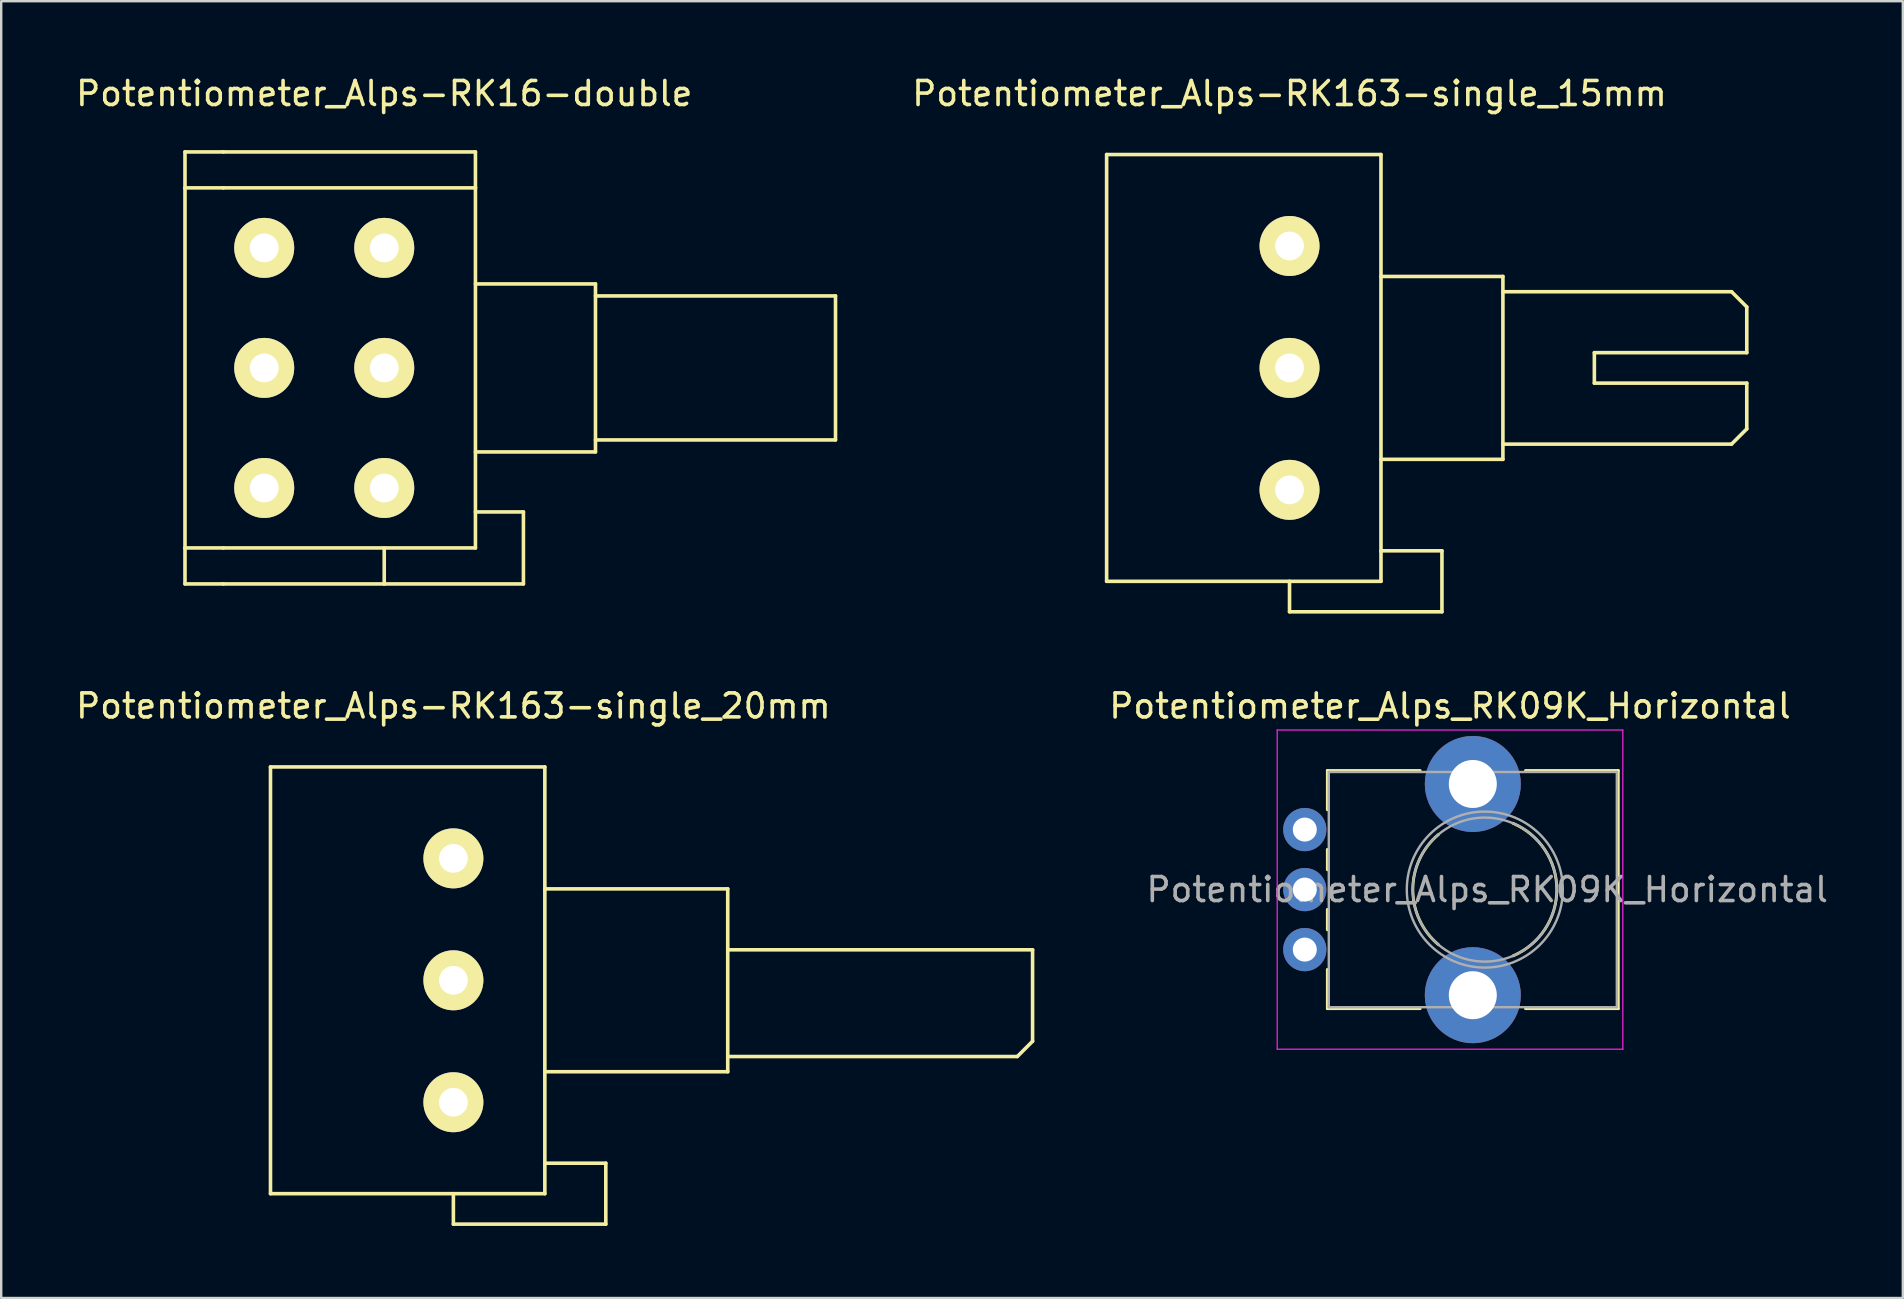
<source format=kicad_pcb>
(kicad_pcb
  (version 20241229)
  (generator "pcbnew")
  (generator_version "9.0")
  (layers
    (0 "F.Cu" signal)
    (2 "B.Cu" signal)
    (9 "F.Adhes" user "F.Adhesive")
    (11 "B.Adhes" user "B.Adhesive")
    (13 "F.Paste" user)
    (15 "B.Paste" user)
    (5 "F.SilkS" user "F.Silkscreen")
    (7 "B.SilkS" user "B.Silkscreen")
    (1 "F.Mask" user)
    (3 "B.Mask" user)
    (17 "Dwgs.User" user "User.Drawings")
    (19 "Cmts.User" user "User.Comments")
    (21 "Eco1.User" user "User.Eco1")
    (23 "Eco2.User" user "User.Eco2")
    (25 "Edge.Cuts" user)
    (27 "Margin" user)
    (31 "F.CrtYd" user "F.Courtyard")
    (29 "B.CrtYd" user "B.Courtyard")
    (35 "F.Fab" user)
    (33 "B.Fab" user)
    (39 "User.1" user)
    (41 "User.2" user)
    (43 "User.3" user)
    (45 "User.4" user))
  (footprint "Potentiometer_Alps-RK16-double"
    (layer "F.Cu")
    (at 12.958 7.277)
    (property "Reference" "Potentiometer_Alps-RK16-double" (at 0 -6.429 0) (layer "F.SilkS") (effects (font (size 1 1) (thickness 0.15))))
    (attr through_hole)
    (fp_line (start -8.301 -3.998) (end -8.301 -2.499) (stroke (width 0.15) (type solid)) (layer "F.SilkS"))
    (fp_line (start -8.301 -2.499) (end -8.301 12.502) (stroke (width 0.15) (type solid)) (layer "F.SilkS"))
    (fp_line (start -8.301 12.502) (end -6.701 12.502) (stroke (width 0.15) (type solid)) (layer "F.SilkS"))
    (fp_line (start -8.301 14) (end -8.301 12.502) (stroke (width 0.15) (type solid)) (layer "F.SilkS"))
    (fp_line (start -6.701 -3.998) (end -8.301 -3.998) (stroke (width 0.15) (type solid)) (layer "F.SilkS"))
    (fp_line (start -6.701 -2.499) (end -8.301 -2.499) (stroke (width 0.15) (type solid)) (layer "F.SilkS"))
    (fp_line (start -6.701 12.502) (end 3.8 12.502) (stroke (width 0.15) (type solid)) (layer "F.SilkS"))
    (fp_line (start -6.701 14) (end -8.301 14) (stroke (width 0.15) (type solid)) (layer "F.SilkS"))
    (fp_line (start 0 14) (end -6.701 14) (stroke (width 0.15) (type solid)) (layer "F.SilkS"))
    (fp_line (start 0 14) (end 0 12.502) (stroke (width 0.15) (type solid)) (layer "F.SilkS"))
    (fp_line (start 3.8 -3.998) (end -6.701 -3.998) (stroke (width 0.15) (type solid)) (layer "F.SilkS"))
    (fp_line (start 3.8 -2.499) (end -6.701 -2.499) (stroke (width 0.15) (type solid)) (layer "F.SilkS"))
    (fp_line (start 3.8 -2.499) (end 3.8 -3.998) (stroke (width 0.15) (type solid)) (layer "F.SilkS"))
    (fp_line (start 3.8 1.501) (end 8.801 1.501) (stroke (width 0.15) (type solid)) (layer "F.SilkS"))
    (fp_line (start 3.8 11.001) (end 5.799 11.001) (stroke (width 0.15) (type solid)) (layer "F.SilkS"))
    (fp_line (start 3.8 12.502) (end 3.8 -2.499) (stroke (width 0.15) (type solid)) (layer "F.SilkS"))
    (fp_line (start 5.799 11.001) (end 5.799 14) (stroke (width 0.15) (type solid)) (layer "F.SilkS"))
    (fp_line (start 5.799 14) (end 0 14) (stroke (width 0.15) (type solid)) (layer "F.SilkS"))
    (fp_line (start 8.801 1.501) (end 8.801 8.501) (stroke (width 0.15) (type solid)) (layer "F.SilkS"))
    (fp_line (start 8.801 2.002) (end 18.801 2.002) (stroke (width 0.15) (type solid)) (layer "F.SilkS"))
    (fp_line (start 8.801 8.501) (end 3.8 8.501) (stroke (width 0.15) (type solid)) (layer "F.SilkS"))
    (fp_line (start 18.801 2.002) (end 18.801 8.001) (stroke (width 0.15) (type solid)) (layer "F.SilkS"))
    (fp_line (start 18.801 8.001) (end 8.801 8.001) (stroke (width 0.15) (type solid)) (layer "F.SilkS"))
    (pad "11" thru_hole circle (at 0 0) (size 2.499 2.499) (drill 1.199) (layers "*.Cu" "*.Mask" "F.SilkS"))
    (pad "12" thru_hole circle (at 0 5.001) (size 2.499 2.499) (drill 1.199) (layers "*.Cu" "*.Mask" "F.SilkS"))
    (pad "13" thru_hole circle (at 0 10.003) (size 2.499 2.499) (drill 1.199) (layers "*.Cu" "*.Mask" "F.SilkS"))
    (pad "21" thru_hole circle (at -5.001 0) (size 2.499 2.499) (drill 1.199) (layers "*.Cu" "*.Mask" "F.SilkS"))
    (pad "22" thru_hole circle (at -5.001 5.001) (size 2.499 2.499) (drill 1.199) (layers "*.Cu" "*.Mask" "F.SilkS"))
    (pad "23" thru_hole circle (at -5.001 10.003) (size 2.499 2.499) (drill 1.199) (layers "*.Cu" "*.Mask" "F.SilkS")))
  (footprint "Potentiometer_Alps-RK163-single_15mm"
    (layer "F.Cu")
    (at 50.674 17.358)
    (property "Reference" "Potentiometer_Alps-RK163-single_15mm" (at 0 -16.51 0) (layer "F.SilkS") (effects (font (size 1 1) (thickness 0.15))))
    (attr through_hole)
    (fp_line (start -7.62 -13.97) (end 3.81 -13.97) (stroke (width 0.15) (type solid)) (layer "F.SilkS"))
    (fp_line (start -7.62 3.81) (end -7.62 -13.97) (stroke (width 0.15) (type solid)) (layer "F.SilkS"))
    (fp_line (start 0 5.08) (end 0 3.81) (stroke (width 0.15) (type solid)) (layer "F.SilkS"))
    (fp_line (start 0 5.08) (end 6.35 5.08) (stroke (width 0.15) (type solid)) (layer "F.SilkS"))
    (fp_line (start 3.81 -13.97) (end 3.81 3.81) (stroke (width 0.15) (type solid)) (layer "F.SilkS"))
    (fp_line (start 3.81 -8.89) (end 8.89 -8.89) (stroke (width 0.15) (type solid)) (layer "F.SilkS"))
    (fp_line (start 3.81 3.81) (end -7.62 3.81) (stroke (width 0.15) (type solid)) (layer "F.SilkS"))
    (fp_line (start 6.35 2.54) (end 3.81 2.54) (stroke (width 0.15) (type solid)) (layer "F.SilkS"))
    (fp_line (start 6.35 5.08) (end 6.35 2.54) (stroke (width 0.15) (type solid)) (layer "F.SilkS"))
    (fp_line (start 8.89 -8.89) (end 8.89 -1.27) (stroke (width 0.15) (type solid)) (layer "F.SilkS"))
    (fp_line (start 8.89 -8.255) (end 18.415 -8.255) (stroke (width 0.15) (type solid)) (layer "F.SilkS"))
    (fp_line (start 8.89 -1.27) (end 3.81 -1.27) (stroke (width 0.15) (type solid)) (layer "F.SilkS"))
    (fp_line (start 12.7 -5.715) (end 12.7 -4.445) (stroke (width 0.15) (type solid)) (layer "F.SilkS"))
    (fp_line (start 12.7 -4.445) (end 19.05 -4.445) (stroke (width 0.15) (type solid)) (layer "F.SilkS"))
    (fp_line (start 18.415 -8.255) (end 19.05 -7.62) (stroke (width 0.15) (type solid)) (layer "F.SilkS"))
    (fp_line (start 18.415 -1.905) (end 8.89 -1.905) (stroke (width 0.15) (type solid)) (layer "F.SilkS"))
    (fp_line (start 19.05 -5.715) (end 12.7 -5.715) (stroke (width 0.15) (type solid)) (layer "F.SilkS"))
    (fp_line (start 19.05 -5.715) (end 19.05 -7.62) (stroke (width 0.15) (type solid)) (layer "F.SilkS"))
    (fp_line (start 19.05 -2.54) (end 18.415 -1.905) (stroke (width 0.15) (type solid)) (layer "F.SilkS"))
    (fp_line (start 19.05 -2.54) (end 19.05 -4.445) (stroke (width 0.15) (type solid)) (layer "F.SilkS"))
    (pad "1" thru_hole circle (at 0 0) (size 2.499 2.499) (drill 1.199) (layers "*.Cu" "*.Mask" "F.SilkS"))
    (pad "2" thru_hole circle (at 0 -5.08) (size 2.499 2.499) (drill 1.199) (layers "*.Cu" "*.Mask" "F.SilkS"))
    (pad "3" thru_hole circle (at 0 -10.16) (size 2.499 2.499) (drill 1.199) (layers "*.Cu" "*.Mask" "F.SilkS")))
  (footprint "Potentiometer_Alps_RK09K_Horizontal"
    (layer "F.Cu")
    (at 51.31 31.512)
    (property "Reference" "Potentiometer_Alps_RK09K_Horizontal" (at 6.05 -5.15 0) (layer "F.SilkS") (effects (font (size 1 1) (thickness 0.15))))
    (attr through_hole)
    (fp_line (start 0.94 -2.461) (end 0.94 -0.825) (stroke (width 0.12) (type solid)) (layer "F.SilkS"))
    (fp_line (start 0.94 -2.461) (end 4.806 -2.461) (stroke (width 0.12) (type solid)) (layer "F.SilkS"))
    (fp_line (start 0.94 0.825) (end 0.94 1.675) (stroke (width 0.12) (type solid)) (layer "F.SilkS"))
    (fp_line (start 0.94 3.325) (end 0.94 4.175) (stroke (width 0.12) (type solid)) (layer "F.SilkS"))
    (fp_line (start 0.94 5.825) (end 0.94 7.46) (stroke (width 0.12) (type solid)) (layer "F.SilkS"))
    (fp_line (start 0.94 7.46) (end 4.806 7.46) (stroke (width 0.12) (type solid)) (layer "F.SilkS"))
    (fp_line (start 9.195 -2.461) (end 13.06 -2.461) (stroke (width 0.12) (type solid)) (layer "F.SilkS"))
    (fp_line (start 9.195 7.46) (end 13.06 7.46) (stroke (width 0.12) (type solid)) (layer "F.SilkS"))
    (fp_line (start 13.06 -2.461) (end 13.06 7.46) (stroke (width 0.12) (type solid)) (layer "F.SilkS"))
    (fp_arc (start 5.571705 4.797753) (mid 4.500335 2.499808) (end 5.572 0.202) (stroke (width 0.12) (type solid)) (layer "F.SilkS"))
    (fp_arc (start 8.671982 -0.262432) (mid 10.500762 2.499447) (end 8.673 5.262) (stroke (width 0.12) (type solid)) (layer "F.SilkS"))
    (fp_line (start -1.15 -4.15) (end -1.15 9.15) (stroke (width 0.05) (type solid)) (layer "F.CrtYd"))
    (fp_line (start -1.15 9.15) (end 13.25 9.15) (stroke (width 0.05) (type solid)) (layer "F.CrtYd"))
    (fp_line (start 13.25 -4.15) (end -1.15 -4.15) (stroke (width 0.05) (type solid)) (layer "F.CrtYd"))
    (fp_line (start 13.25 9.15) (end 13.25 -4.15) (stroke (width 0.05) (type solid)) (layer "F.CrtYd"))
    (fp_line (start 1 -2.4) (end 1 7.4) (stroke (width 0.1) (type solid)) (layer "F.Fab"))
    (fp_line (start 1 7.4) (end 13 7.4) (stroke (width 0.1) (type solid)) (layer "F.Fab"))
    (fp_line (start 13 -2.4) (end 1 -2.4) (stroke (width 0.1) (type solid)) (layer "F.Fab"))
    (fp_line (start 13 7.4) (end 13 -2.4) (stroke (width 0.1) (type solid)) (layer "F.Fab"))
    (fp_circle (center 7.5 2.5) (end 10.5 2.5) (stroke (width 0.1) (type solid)) (fill no) (layer "F.Fab"))
    (fp_circle (center 7.5 2.5) (end 10.75 2.5) (stroke (width 0.1) (type solid)) (fill no) (layer "F.Fab"))
    (fp_text user "${REFERENCE}" (at 7.6 2.5 0) (layer "F.Fab") (effects (font (size 1 1) (thickness 0.15))))
    (pad "" np_thru_hole circle (at 7 -1.9) (size 4 4) (drill 2) (layers "*.Cu" "*.Mask"))
    (pad "" np_thru_hole circle (at 7 6.9) (size 4 4) (drill 2) (layers "*.Cu" "*.Mask"))
    (pad "1" thru_hole circle (at 0 0) (size 1.8 1.8) (drill 1) (layers "*.Cu" "*.Mask"))
    (pad "2" thru_hole circle (at 0 2.5) (size 1.8 1.8) (drill 1) (layers "*.Cu" "*.Mask"))
    (pad "3" thru_hole circle (at 0 5) (size 1.8 1.8) (drill 1) (layers "*.Cu" "*.Mask")))
  (footprint "Potentiometer_Alps-RK163-single_20mm"
    (layer "F.Cu")
    (at 15.839 42.871)
    (property "Reference" "Potentiometer_Alps-RK163-single_20mm" (at 0 -16.51 0) (layer "F.SilkS") (effects (font (size 1 1) (thickness 0.15))))
    (attr through_hole)
    (fp_line (start -7.62 -13.97) (end 3.81 -13.97) (stroke (width 0.15) (type solid)) (layer "F.SilkS"))
    (fp_line (start -7.62 3.81) (end -7.62 -13.97) (stroke (width 0.15) (type solid)) (layer "F.SilkS"))
    (fp_line (start 0 5.08) (end 0 3.81) (stroke (width 0.15) (type solid)) (layer "F.SilkS"))
    (fp_line (start 0 5.08) (end 6.35 5.08) (stroke (width 0.15) (type solid)) (layer "F.SilkS"))
    (fp_line (start 3.81 -13.97) (end 3.81 3.81) (stroke (width 0.15) (type solid)) (layer "F.SilkS"))
    (fp_line (start 3.81 -1.27) (end 11.43 -1.27) (stroke (width 0.15) (type solid)) (layer "F.SilkS"))
    (fp_line (start 3.81 3.81) (end -7.62 3.81) (stroke (width 0.15) (type solid)) (layer "F.SilkS"))
    (fp_line (start 6.35 2.54) (end 3.81 2.54) (stroke (width 0.15) (type solid)) (layer "F.SilkS"))
    (fp_line (start 6.35 5.08) (end 6.35 2.54) (stroke (width 0.15) (type solid)) (layer "F.SilkS"))
    (fp_line (start 11.43 -8.89) (end 3.81 -8.89) (stroke (width 0.15) (type solid)) (layer "F.SilkS"))
    (fp_line (start 11.43 -1.27) (end 11.43 -8.89) (stroke (width 0.15) (type solid)) (layer "F.SilkS"))
    (fp_line (start 23.495 -1.905) (end 11.43 -1.905) (stroke (width 0.15) (type solid)) (layer "F.SilkS"))
    (fp_line (start 24.13 -6.35) (end 11.43 -6.35) (stroke (width 0.15) (type solid)) (layer "F.SilkS"))
    (fp_line (start 24.13 -2.54) (end 23.495 -1.905) (stroke (width 0.15) (type solid)) (layer "F.SilkS"))
    (fp_line (start 24.13 -2.54) (end 24.13 -6.35) (stroke (width 0.15) (type solid)) (layer "F.SilkS"))
    (pad "1" thru_hole circle (at 0 0) (size 2.499 2.499) (drill 1.199) (layers "*.Cu" "*.Mask" "F.SilkS"))
    (pad "2" thru_hole circle (at 0 -5.08) (size 2.499 2.499) (drill 1.199) (layers "*.Cu" "*.Mask" "F.SilkS"))
    (pad "3" thru_hole circle (at 0 -10.16) (size 2.499 2.499) (drill 1.199) (layers "*.Cu" "*.Mask" "F.SilkS")))
  (gr_rect
    (start -3 -3)
    (end 76.225 51.026)
    (stroke (width 0.1) (type default))
    (fill no)
    (layer "Edge.Cuts")))
</source>
